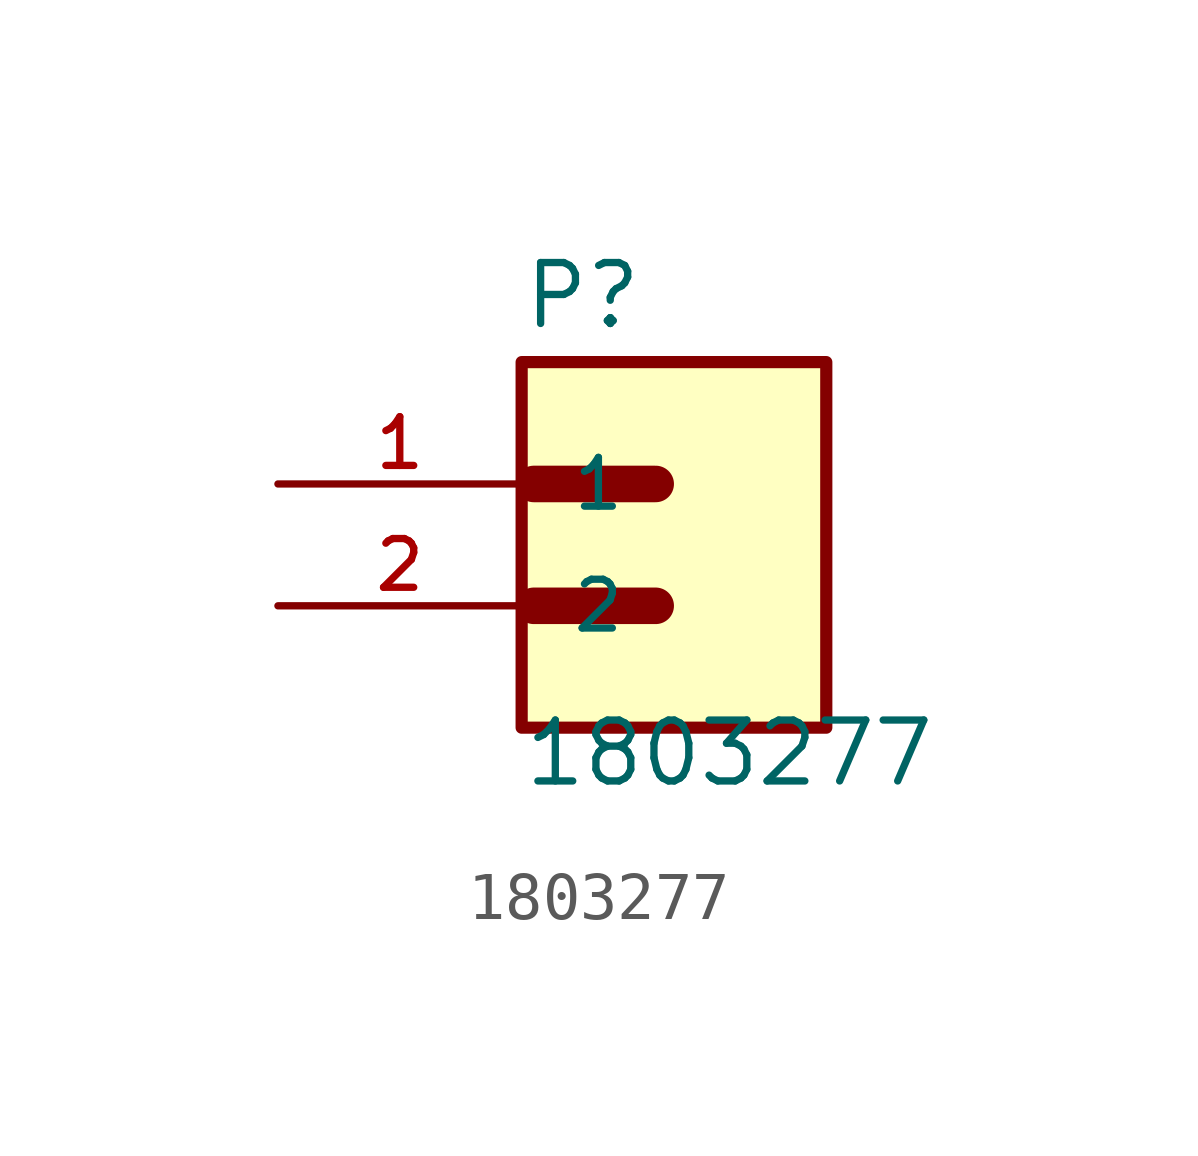
<source format=kicad_sym>
(kicad_symbol_lib
  (version 20211014)
  (generator kicad_symbol_editor)
  (symbol "1803277"
    (pin_names
      (offset 1.016))
    (property "Reference" "P"
      (at -4.071 4.452 0)
      (effects (font (size 1.27 1.27)) (justify bottom left)))
    (property "Value" "1803277"
      (at -4.067 -5.084 0)
      (effects (font (size 1.27 1.27)) (justify bottom left)))
    (symbol "1803277_0_0"
      (polyline (pts (xy -3.81 1.27) (xy -1.27 1.27)) (stroke (width 0.762)))
      (polyline (pts (xy -3.81 -1.27) (xy -1.27 -1.27)) (stroke (width 0.762)))
      (rectangle (start -4.064 -3.81) (end 2.286 3.81) (stroke (width 0.254)) (fill (type background)))
      (pin passive line (at -9.144 1.27 0) (length 5.08) (name "1" (effects (font (size 1.016 1.016)))) (number "1" (effects (font (size 1.016 1.016)))))
      (pin passive line (at -9.144 -1.27 0) (length 5.08) (name "2" (effects (font (size 1.016 1.016)))) (number "2" (effects (font (size 1.016 1.016))))))))
</source>
